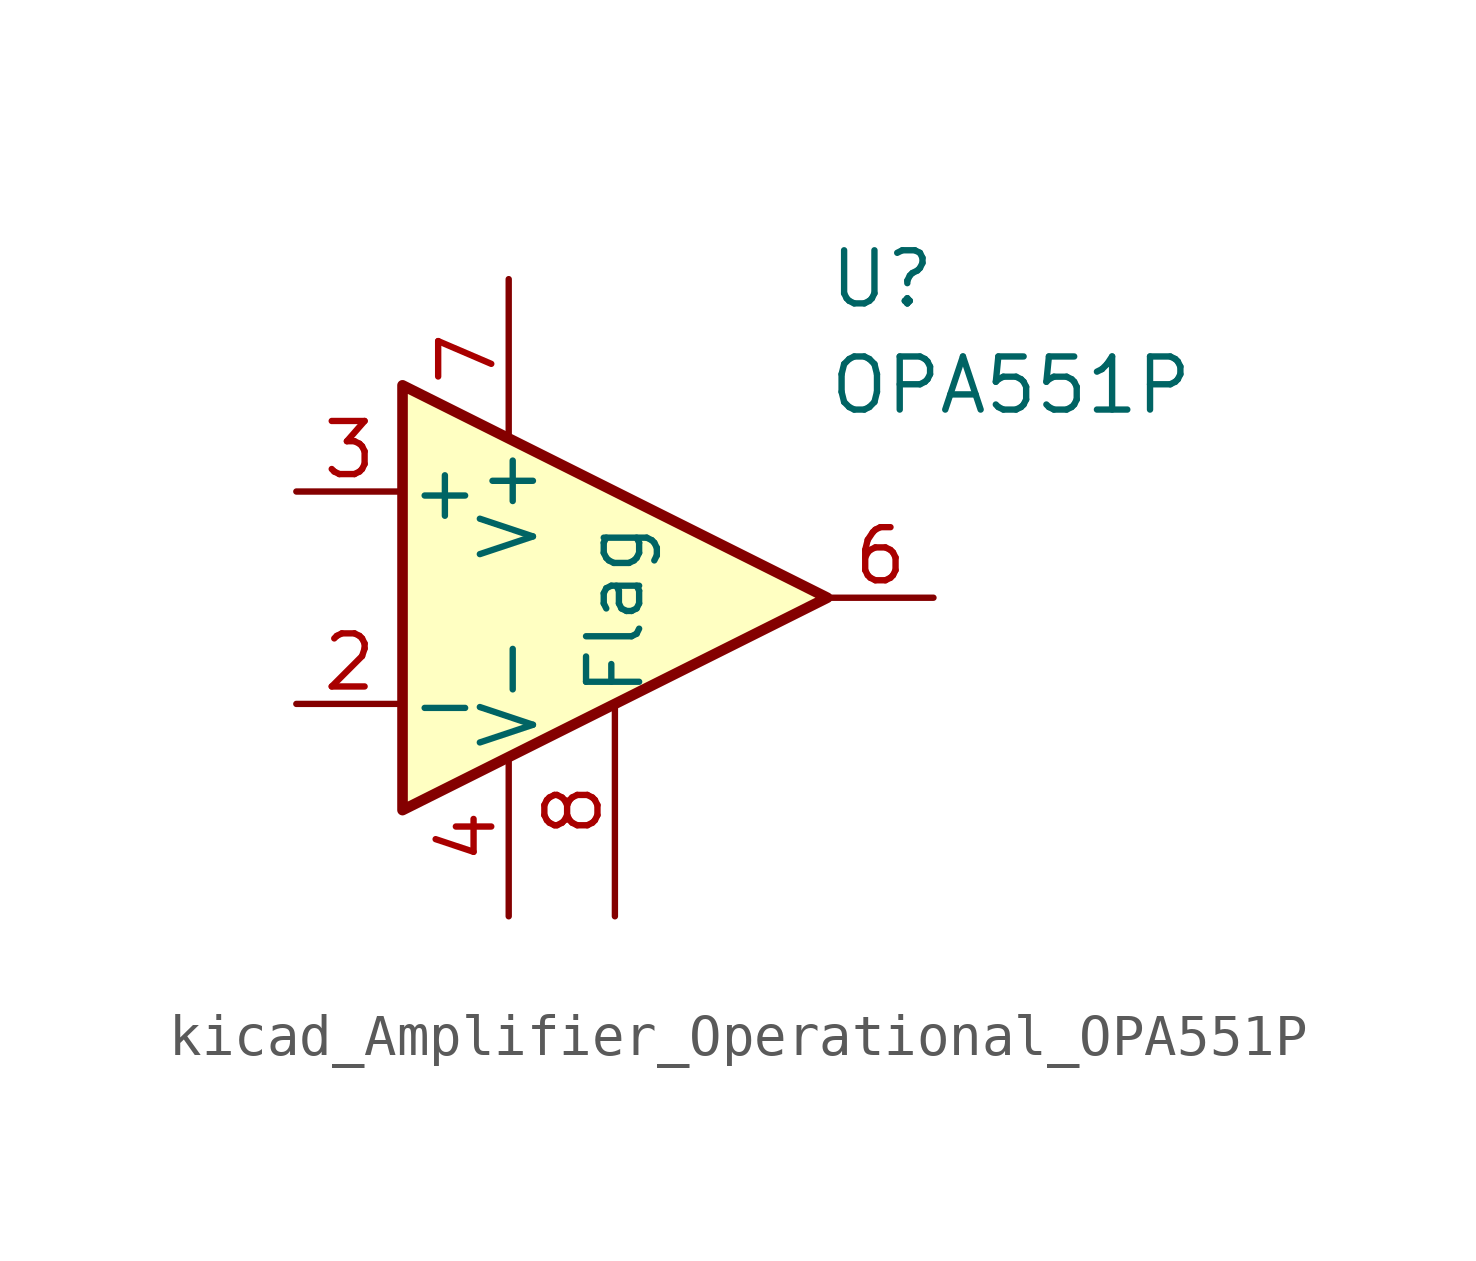
<source format=kicad_sym>
(kicad_symbol_lib
  (version 20220914)
  (generator kicad_symbol_editor)
  (symbol "kicad_Amplifier_Operational_OPA551P"
    (pin_names
      (offset 0.127))
    (property "Reference" "U"
      (at 5.08 7.62 0)
      (effects (font (size 1.27 1.27)) (justify left)))
    (property "Value" "OPA551P"
      (at 5.08 5.08 0)
      (effects (font (size 1.27 1.27)) (justify left)))
    (symbol "kicad_Amplifier_Operational_OPA551P_1_1"
      (polyline (pts (xy -5.08 5.08) (xy 5.08 0) (xy -5.08 -5.08) (xy -5.08 5.08)) (stroke (width 0.254) (type default)) (fill (type background)))
      (pin no_connect line (at 0 2.54 270) (length 3.81) hide (name "NC" (effects (font (size 0.508 0.508)))) (number "1" (effects (font (size 1.27 1.27)))))
      (pin input line (at -7.62 -2.54 0) (length 2.54) (name "-" (effects (font (size 1.27 1.27)))) (number "2" (effects (font (size 1.27 1.27)))))
      (pin input line (at -7.62 2.54 0) (length 2.54) (name "+" (effects (font (size 1.27 1.27)))) (number "3" (effects (font (size 1.27 1.27)))))
      (pin power_in line (at -2.54 -7.62 90) (length 3.81) (name "V-" (effects (font (size 1.27 1.27)))) (number "4" (effects (font (size 1.27 1.27)))))
      (pin no_connect line (at 0 -2.54 90) (length 3.81) hide (name "NC" (effects (font (size 0.508 0.508)))) (number "5" (effects (font (size 1.27 1.27)))))
      (pin output line (at 7.62 0 180) (length 2.54) (name "~" (effects (font (size 1.27 1.27)))) (number "6" (effects (font (size 1.27 1.27)))))
      (pin power_in line (at -2.54 7.62 270) (length 3.81) (name "V+" (effects (font (size 1.27 1.27)))) (number "7" (effects (font (size 1.27 1.27)))))
      (pin output line (at 0 -7.62 90) (length 5.08) (name "Flag" (effects (font (size 1.27 1.27)))) (number "8" (effects (font (size 1.27 1.27))))))))
</source>
